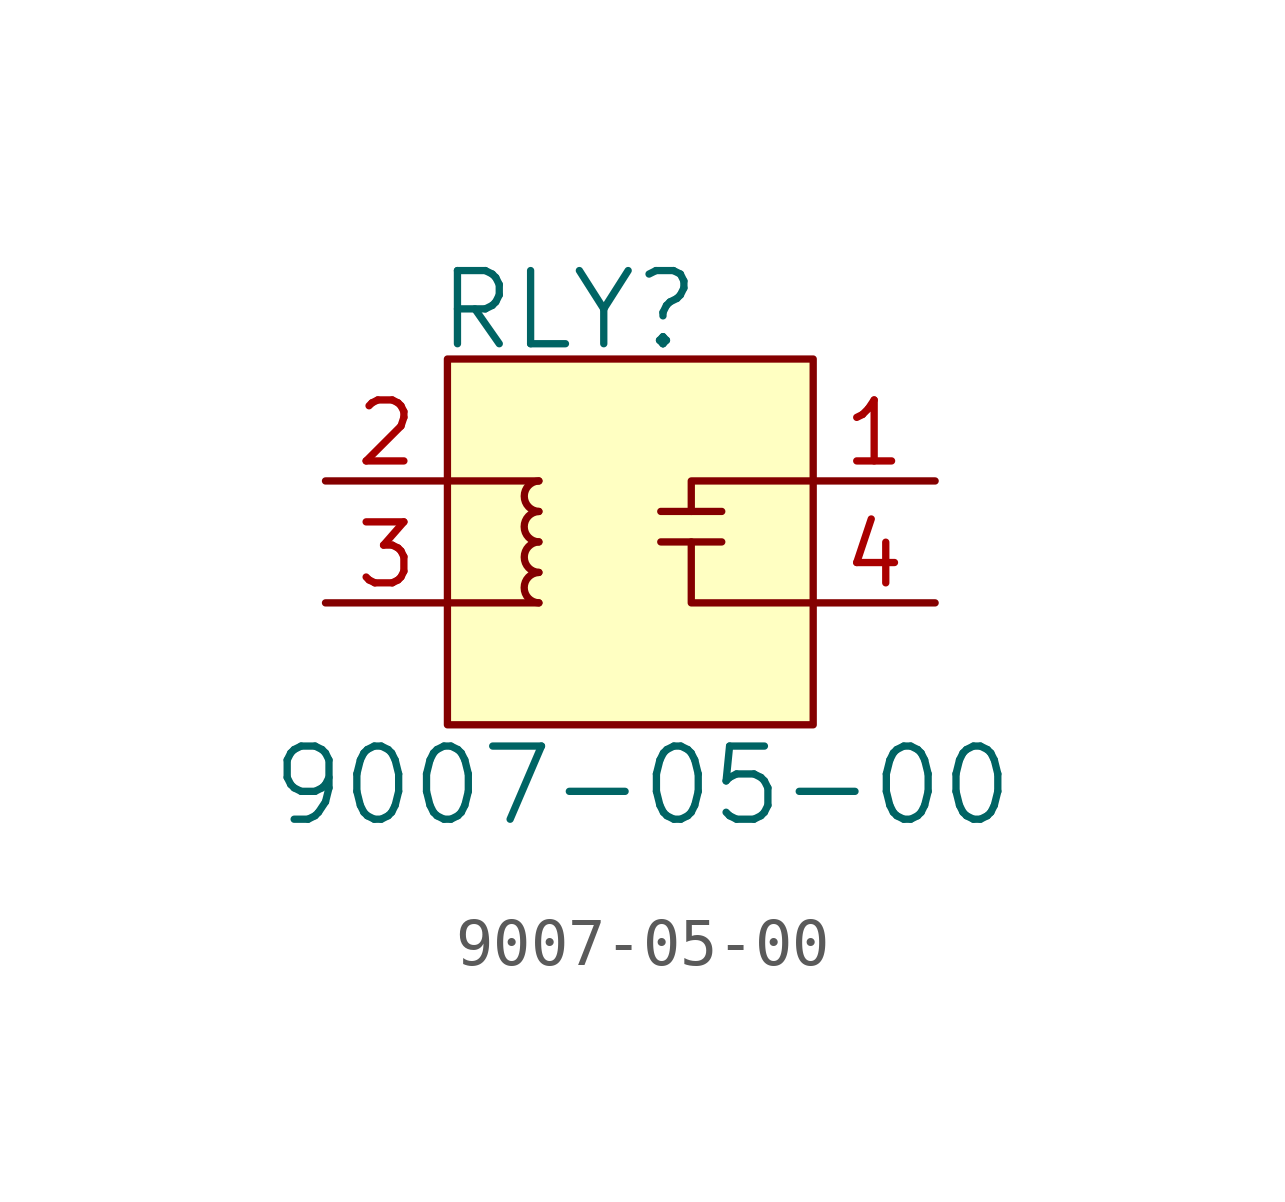
<source format=kicad_sym>
(kicad_symbol_lib
  (version 20211014)
  (generator kicad_symbol_editor)
  (symbol "9007-05-00"
    (pin_names
      (offset 1.016))
    (property "Reference" "RLY"
      (at -3.556 4.826 0)
      (effects (font (size 1.524 1.524)) (justify left)))
    (property "Value" "9007-05-00"
      (at 0.762 -5.08 0)
      (effects (font (size 1.524 1.524))))
    (symbol "9007-05-00_0_1"
      (rectangle (start -3.302 3.81) (end 4.318 -3.81) (stroke (width 0) (type default) (color 0 0 0 0)) (fill (type background)))
      (arc (start -1.397 -0.635) (mid -1.7018 -0.9398) (end -1.397 -1.27) (stroke (width 0) (type default) (color 0 0 0 0)) (fill (type none)))
      (arc (start -1.397 0) (mid -1.7018 -0.3048) (end -1.397 -0.635) (stroke (width 0) (type default) (color 0 0 0 0)) (fill (type none)))
      (arc (start -1.397 0.635) (mid -1.7018 0.3302) (end -1.397 0) (stroke (width 0) (type default) (color 0 0 0 0)) (fill (type none)))
      (arc (start -1.397 1.27) (mid -1.7018 0.9652) (end -1.397 0.635) (stroke (width 0) (type default) (color 0 0 0 0)) (fill (type none)))
      (polyline (pts (xy -3.302 -1.27) (xy -1.397 -1.27)) (stroke (width 0) (type default) (color 0 0 0 0)) (fill (type none)))
      (polyline (pts (xy -1.397 1.27) (xy -3.302 1.27)) (stroke (width 0) (type default) (color 0 0 0 0)) (fill (type none)))
      (polyline (pts (xy 1.143 0.635) (xy 2.413 0.635)) (stroke (width 0) (type default) (color 0 0 0 0)) (fill (type none)))
      (polyline (pts (xy 2.413 0) (xy 1.143 0)) (stroke (width 0) (type default) (color 0 0 0 0)) (fill (type none)))
      (polyline (pts (xy 1.778 0) (xy 1.778 -1.27) (xy 4.318 -1.27)) (stroke (width 0) (type default) (color 0 0 0 0)) (fill (type none)))
      (polyline (pts (xy 4.318 1.27) (xy 1.778 1.27) (xy 1.778 0.635)) (stroke (width 0) (type default) (color 0 0 0 0)) (fill (type none))))
    (symbol "9007-05-00_1_1"
      (pin passive line (at 6.858 1.27 180) (length 2.54) (name "~" (effects (font (size 1.27 1.27)))) (number "1" (effects (font (size 1.27 1.27)))))
      (pin power_in line (at -5.842 1.27 0) (length 2.54) (name "~" (effects (font (size 1.27 1.27)))) (number "2" (effects (font (size 1.27 1.27)))))
      (pin power_in line (at -5.842 -1.27 0) (length 2.54) (name "~" (effects (font (size 1.27 1.27)))) (number "3" (effects (font (size 1.27 1.27)))))
      (pin passive line (at 6.858 -1.27 180) (length 2.54) (name "~" (effects (font (size 1.27 1.27)))) (number "4" (effects (font (size 1.27 1.27))))))))
</source>
